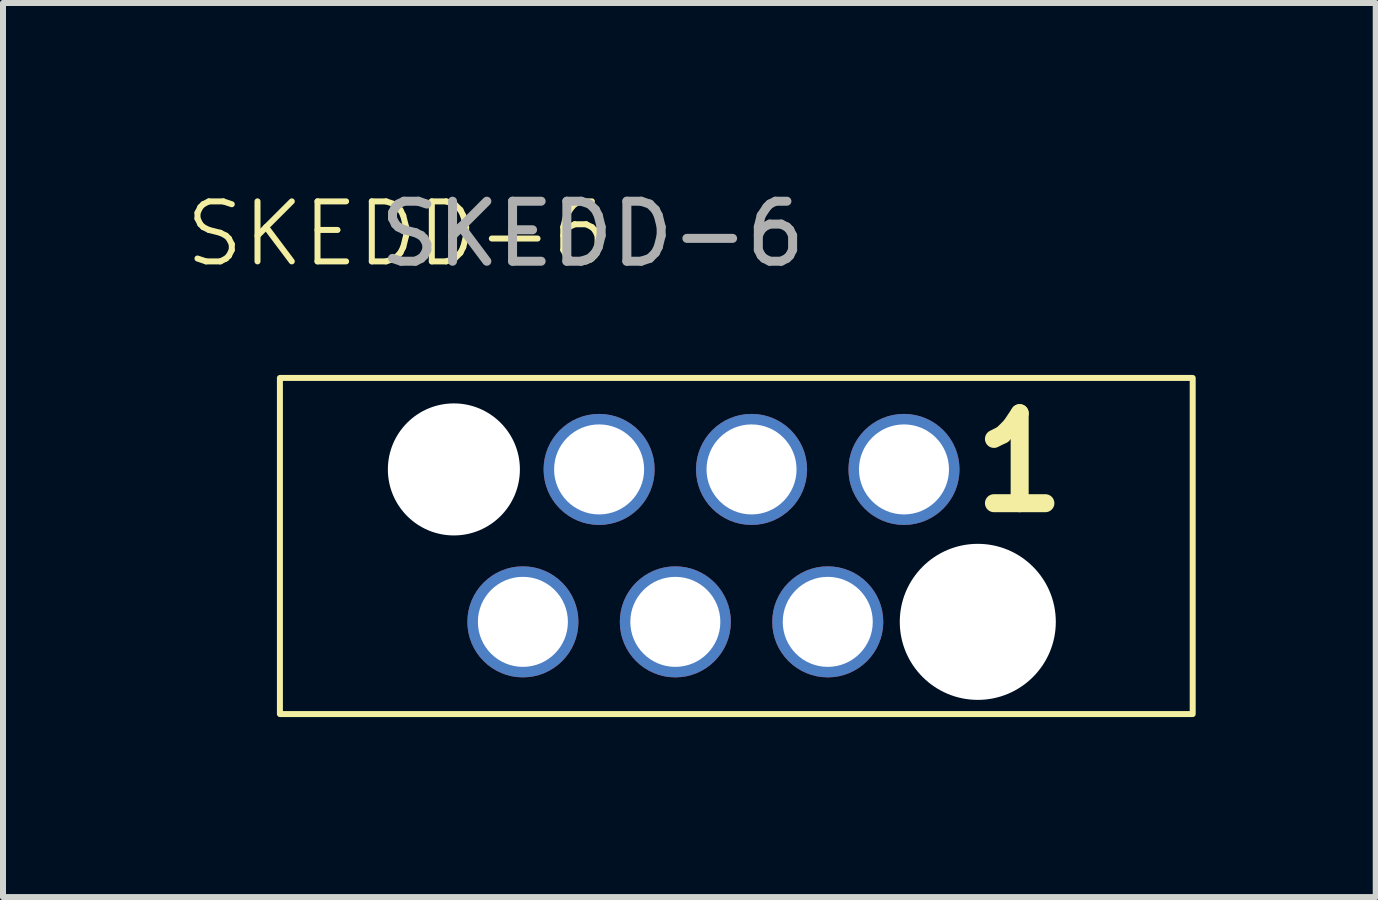
<source format=kicad_pcb>
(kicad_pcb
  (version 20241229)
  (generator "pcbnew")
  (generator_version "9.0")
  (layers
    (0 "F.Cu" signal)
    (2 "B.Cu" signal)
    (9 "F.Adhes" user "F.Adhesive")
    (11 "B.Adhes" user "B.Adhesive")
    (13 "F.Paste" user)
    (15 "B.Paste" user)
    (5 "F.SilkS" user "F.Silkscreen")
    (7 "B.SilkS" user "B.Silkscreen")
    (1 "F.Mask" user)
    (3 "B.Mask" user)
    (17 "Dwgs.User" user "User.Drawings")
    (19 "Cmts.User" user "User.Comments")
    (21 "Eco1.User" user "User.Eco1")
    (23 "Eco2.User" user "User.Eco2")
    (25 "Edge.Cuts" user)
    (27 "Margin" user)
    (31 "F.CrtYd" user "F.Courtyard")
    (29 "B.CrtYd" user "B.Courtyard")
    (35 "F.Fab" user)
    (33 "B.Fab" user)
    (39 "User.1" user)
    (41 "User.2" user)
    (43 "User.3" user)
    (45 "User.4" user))
  (footprint "SKEDD-6"
    (layer "F.Cu")
    (at 9.074 6.098)
    (property "Reference" "SKEDD-6" (at -5.5 -5.25 0) (unlocked yes) (layer "F.SilkS") (effects (font (size 1 1) (thickness 0.1))))
    (attr through_hole exclude_from_bom)
    (fp_rect (start -7.46 -2.85) (end 7.75 2.75) (stroke (width 0.1) (type default)) (fill no) (layer "F.SilkS"))
    (fp_text user "1" (at 3.955 -0.564 0) (unlocked yes) (layer "F.SilkS") (effects (font (size 1.5 1.5) (thickness 0.3) (bold yes)) (justify left bottom)))
    (fp_text user "${REFERENCE}" (at -2.25 -5.25 0) (unlocked yes) (layer "F.Fab") (effects (font (size 1 1) (thickness 0.15))))
    (pad "" np_thru_hole circle (at -4.561 -1.326) (size 2.2 2.2) (drill 2.2) (layers "*.Cu" "*.Mask"))
    (pad "" np_thru_hole circle (at 4.169 1.214) (size 2.6 2.6) (drill 2.6) (layers "*.Cu" "*.Mask"))
    (pad "1" thru_hole circle (at 2.939 -1.326) (size 1.85 1.85) (drill 1.5) (layers "*.Cu" "*.Mask"))
    (pad "2" thru_hole circle (at 1.669 1.214) (size 1.85 1.85) (drill 1.5) (layers "*.Cu" "*.Mask"))
    (pad "3" thru_hole circle (at 0.399 -1.326) (size 1.85 1.85) (drill 1.5) (layers "*.Cu" "*.Mask"))
    (pad "4" thru_hole circle (at -0.871 1.214) (size 1.85 1.85) (drill 1.5) (layers "*.Cu" "*.Mask"))
    (pad "5" thru_hole circle (at -2.141 -1.326) (size 1.85 1.85) (drill 1.5) (layers "*.Cu" "*.Mask"))
    (pad "6" thru_hole circle (at -3.411 1.214) (size 1.85 1.85) (drill 1.5) (layers "*.Cu" "*.Mask")))
  (gr_rect
    (start -3 -3)
    (end 19.874 11.898)
    (stroke (width 0.1) (type default))
    (fill no)
    (layer "Edge.Cuts")))
</source>
